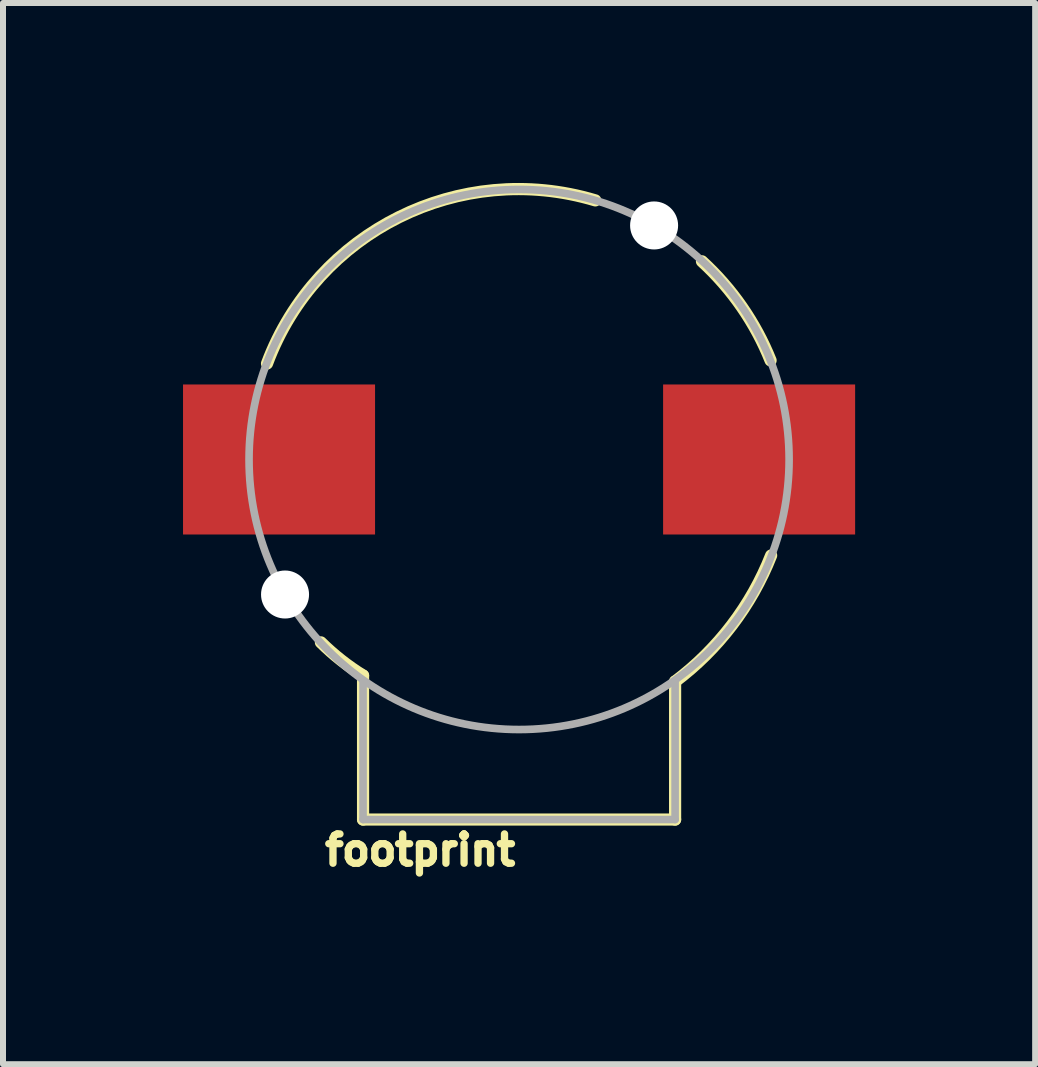
<source format=kicad_pcb>
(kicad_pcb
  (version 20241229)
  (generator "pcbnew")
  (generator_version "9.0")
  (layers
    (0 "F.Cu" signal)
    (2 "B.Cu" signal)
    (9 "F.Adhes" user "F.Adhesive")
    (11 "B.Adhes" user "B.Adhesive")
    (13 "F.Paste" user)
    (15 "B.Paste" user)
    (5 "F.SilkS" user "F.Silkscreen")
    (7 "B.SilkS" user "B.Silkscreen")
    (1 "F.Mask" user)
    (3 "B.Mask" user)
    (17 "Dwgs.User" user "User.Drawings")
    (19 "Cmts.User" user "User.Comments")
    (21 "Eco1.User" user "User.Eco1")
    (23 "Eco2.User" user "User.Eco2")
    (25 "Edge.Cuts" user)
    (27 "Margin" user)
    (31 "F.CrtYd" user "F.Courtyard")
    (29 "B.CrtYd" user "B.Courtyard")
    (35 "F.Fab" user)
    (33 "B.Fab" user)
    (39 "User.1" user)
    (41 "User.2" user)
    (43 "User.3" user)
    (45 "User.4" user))
  (footprint "footprint"
    (layer "F.Cu")
    (at 5.6 4.607)
    (property "Reference" "footprint" (at 0 6.223 0) (layer "F.SilkS") (effects (font (size 0.488 0.488) (thickness 0.122)) (justify right top)))
    (fp_line (start -2.6 6) (end -2.6 3.6) (stroke (width 0.203) (type solid)) (layer "F.SilkS"))
    (fp_line (start -2.6 6) (end 2.6 6) (stroke (width 0.203) (type solid)) (layer "F.SilkS"))
    (fp_line (start 2.6 6) (end 2.6 3.7) (stroke (width 0.203) (type solid)) (layer "F.SilkS"))
    (fp_arc (start -4.2 -1.6) (mid -2.00129 -4.038291) (end 1.270001 -4.318001) (stroke (width 0.2032) (type solid)) (layer "F.SilkS"))
    (fp_arc (start -2.6 3.6) (mid -2.966573 3.343805) (end -3.302 3.048) (stroke (width 0.2032) (type solid)) (layer "F.SilkS"))
    (fp_arc (start 3.048 -3.302) (mid 3.712443 -2.540845) (end 4.191 -1.651) (stroke (width 0.2032) (type solid)) (layer "F.SilkS"))
    (fp_arc (start 4.2 1.6) (mid 3.545723 2.761027) (end 2.6 3.7) (stroke (width 0.2032) (type solid)) (layer "F.SilkS"))
    (fp_line (start -2.6 6) (end -2.6 3.7) (stroke (width 0.127) (type solid)) (layer "F.Fab"))
    (fp_line (start 2.6 6) (end -2.6 6) (stroke (width 0.127) (type solid)) (layer "F.Fab"))
    (fp_line (start 2.6 6) (end 2.6 3.7) (stroke (width 0.127) (type solid)) (layer "F.Fab"))
    (fp_circle (center 0 0) (end 4.5 0) (stroke (width 0.127) (type solid)) (fill no) (layer "F.Fab"))
    (pad "" np_thru_hole circle (at -3.9 2.25) (size 0.8 0.8) (drill 0.8) (layers "*.Cu" "*.Mask"))
    (pad "" np_thru_hole circle (at 2.25 -3.9) (size 0.8 0.8) (drill 0.8) (layers "*.Cu" "*.Mask"))
    (pad "+" smd rect (at 4 0) (size 3.2 2.5) (layers "F.Cu" "F.Mask" "F.Paste"))
    (pad "-" smd rect (at -4 0) (size 3.2 2.5) (layers "F.Cu" "F.Mask" "F.Paste")))
  (gr_rect
    (start -3 -3)
    (end 14.2 14.684)
    (stroke (width 0.1) (type default))
    (fill no)
    (layer "Edge.Cuts")))
</source>
